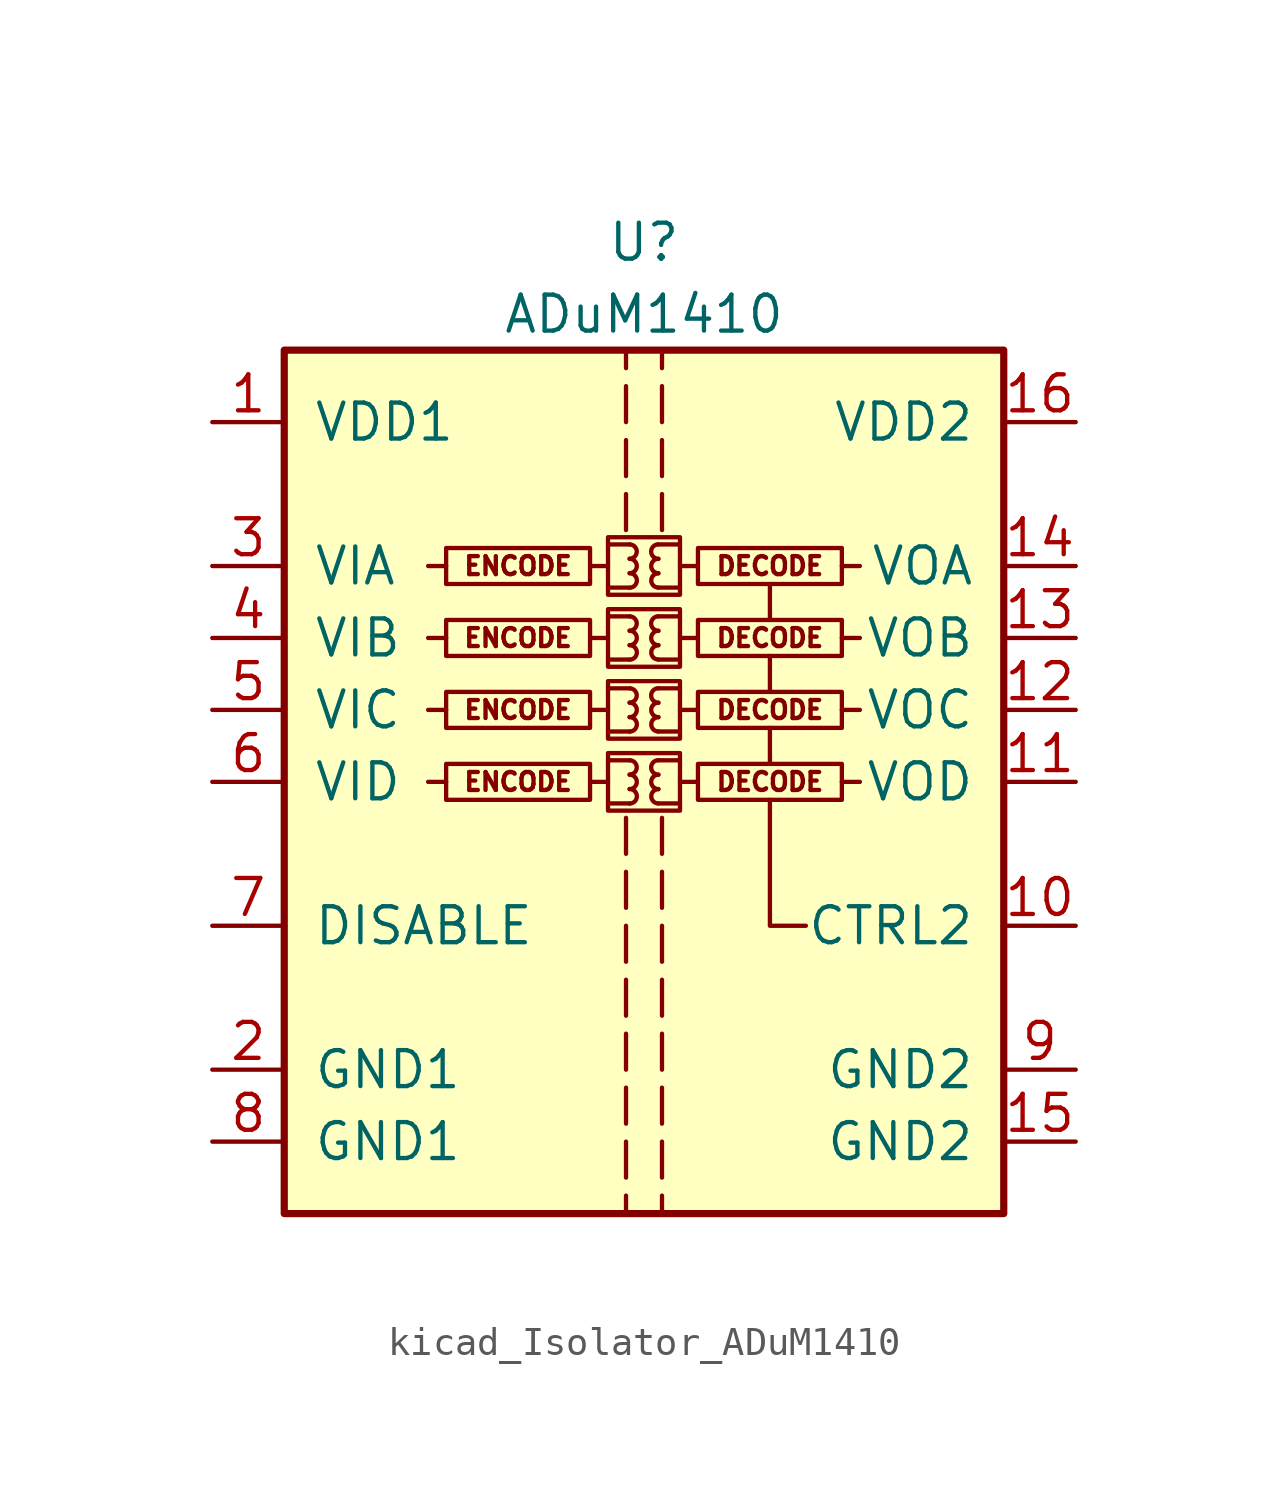
<source format=kicad_sym>
(kicad_symbol_lib
  (version 20220914)
  (generator kicad_symbol_editor)
  (symbol "kicad_Isolator_ADuM1410"
    (pin_names
      (offset 1.016))
    (property "Reference" "U"
      (at 0 19.05 0)
      (effects (font (size 1.27 1.27))))
    (property "Value" "ADuM1410"
      (at 0 16.51 0)
      (effects (font (size 1.27 1.27))))
    (symbol "kicad_Isolator_ADuM1410_0_0"
      (rectangle (start -1.905 0.635) (end -6.985 -0.635) (stroke (width 0) (type default)) (fill (type none)))
      (rectangle (start -1.27 1.016) (end 1.27 -1.016) (stroke (width 0) (type default)) (fill (type none)))
      (rectangle (start -1.27 3.556) (end 1.27 1.524) (stroke (width 0) (type default)) (fill (type none)))
      (rectangle (start -1.27 6.096) (end 1.27 4.064) (stroke (width 0) (type default)) (fill (type none)))
      (rectangle (start -1.27 8.636) (end 1.27 6.604) (stroke (width 0) (type default)) (fill (type none)))
      (arc (start -0.508 -0.762) (mid -0.2551 -0.508) (end -0.508 -0.254) (stroke (width 0) (type default)) (fill (type none)))
      (arc (start -0.508 -0.254) (mid -0.2551 0) (end -0.508 0.254) (stroke (width 0) (type default)) (fill (type none)))
      (arc (start -0.508 0.254) (mid -0.2551 0.508) (end -0.508 0.762) (stroke (width 0) (type default)) (fill (type none)))
      (arc (start -0.508 1.778) (mid -0.2551 2.032) (end -0.508 2.286) (stroke (width 0) (type default)) (fill (type none)))
      (arc (start -0.508 2.286) (mid -0.2551 2.54) (end -0.508 2.794) (stroke (width 0) (type default)) (fill (type none)))
      (arc (start -0.508 2.794) (mid -0.2551 3.048) (end -0.508 3.302) (stroke (width 0) (type default)) (fill (type none)))
      (arc (start -0.508 4.318) (mid -0.2551 4.572) (end -0.508 4.826) (stroke (width 0) (type default)) (fill (type none)))
      (arc (start -0.508 4.826) (mid -0.2551 5.08) (end -0.508 5.334) (stroke (width 0) (type default)) (fill (type none)))
      (arc (start -0.508 5.334) (mid -0.2551 5.588) (end -0.508 5.842) (stroke (width 0) (type default)) (fill (type none)))
      (arc (start -0.508 6.858) (mid -0.2551 7.112) (end -0.508 7.366) (stroke (width 0) (type default)) (fill (type none)))
      (arc (start -0.508 7.366) (mid -0.2551 7.62) (end -0.508 7.874) (stroke (width 0) (type default)) (fill (type none)))
      (arc (start -0.508 7.874) (mid -0.2551 8.128) (end -0.508 8.382) (stroke (width 0) (type default)) (fill (type none)))
      (polyline (pts (xy -6.985 0) (xy -7.62 0)) (stroke (width 0) (type default)) (fill (type none)))
      (polyline (pts (xy -6.985 2.54) (xy -7.62 2.54)) (stroke (width 0) (type default)) (fill (type none)))
      (polyline (pts (xy -6.985 5.08) (xy -7.62 5.08)) (stroke (width 0) (type default)) (fill (type none)))
      (polyline (pts (xy -6.985 7.62) (xy -7.62 7.62)) (stroke (width 0) (type default)) (fill (type none)))
      (polyline (pts (xy -1.905 0) (xy -1.27 0)) (stroke (width 0) (type default)) (fill (type none)))
      (polyline (pts (xy -1.905 2.54) (xy -1.27 2.54)) (stroke (width 0) (type default)) (fill (type none)))
      (polyline (pts (xy -1.905 5.08) (xy -1.27 5.08)) (stroke (width 0) (type default)) (fill (type none)))
      (polyline (pts (xy -1.905 7.62) (xy -1.27 7.62)) (stroke (width 0) (type default)) (fill (type none)))
      (polyline (pts (xy -1.27 -0.762) (xy -0.508 -0.762)) (stroke (width 0) (type default)) (fill (type none)))
      (polyline (pts (xy -1.27 0.762) (xy -0.508 0.762)) (stroke (width 0) (type default)) (fill (type none)))
      (polyline (pts (xy -1.27 1.778) (xy -0.508 1.778)) (stroke (width 0) (type default)) (fill (type none)))
      (polyline (pts (xy -1.27 3.302) (xy -0.508 3.302)) (stroke (width 0) (type default)) (fill (type none)))
      (polyline (pts (xy -1.27 4.318) (xy -0.508 4.318)) (stroke (width 0) (type default)) (fill (type none)))
      (polyline (pts (xy -1.27 5.842) (xy -0.508 5.842)) (stroke (width 0) (type default)) (fill (type none)))
      (polyline (pts (xy -1.27 6.858) (xy -0.508 6.858)) (stroke (width 0) (type default)) (fill (type none)))
      (polyline (pts (xy -1.27 8.382) (xy -0.508 8.382)) (stroke (width 0) (type default)) (fill (type none)))
      (polyline (pts (xy -0.635 -10.795) (xy -0.635 -12.065)) (stroke (width 0) (type default)) (fill (type none)))
      (polyline (pts (xy -0.635 -8.89) (xy -0.635 -10.16)) (stroke (width 0) (type default)) (fill (type none)))
      (polyline (pts (xy -0.635 -6.985) (xy -0.635 -8.255)) (stroke (width 0) (type default)) (fill (type none)))
      (polyline (pts (xy -0.635 -5.08) (xy -0.635 -6.35)) (stroke (width 0) (type default)) (fill (type none)))
      (polyline (pts (xy -0.635 -3.175) (xy -0.635 -4.445)) (stroke (width 0) (type default)) (fill (type none)))
      (polyline (pts (xy -0.635 -1.27) (xy -0.635 -2.54)) (stroke (width 0) (type default)) (fill (type none)))
      (polyline (pts (xy -0.635 8.89) (xy -0.635 10.16)) (stroke (width 0) (type default)) (fill (type none)))
      (polyline (pts (xy -0.635 10.795) (xy -0.635 12.065)) (stroke (width 0) (type default)) (fill (type none)))
      (polyline (pts (xy -0.635 12.7) (xy -0.635 13.97)) (stroke (width 0) (type default)) (fill (type none)))
      (polyline (pts (xy -0.635 15.24) (xy -0.635 14.605)) (stroke (width 0) (type default)) (fill (type none)))
      (polyline (pts (xy 0.635 -10.795) (xy 0.635 -12.065)) (stroke (width 0) (type default)) (fill (type none)))
      (polyline (pts (xy 0.635 -8.89) (xy 0.635 -10.16)) (stroke (width 0) (type default)) (fill (type none)))
      (polyline (pts (xy 0.635 -6.985) (xy 0.635 -8.255)) (stroke (width 0) (type default)) (fill (type none)))
      (polyline (pts (xy 0.635 -5.08) (xy 0.635 -6.35)) (stroke (width 0) (type default)) (fill (type none)))
      (polyline (pts (xy 0.635 -3.175) (xy 0.635 -4.445)) (stroke (width 0) (type default)) (fill (type none)))
      (polyline (pts (xy 0.635 -1.27) (xy 0.635 -2.54)) (stroke (width 0) (type default)) (fill (type none)))
      (polyline (pts (xy 0.635 8.89) (xy 0.635 10.16)) (stroke (width 0) (type default)) (fill (type none)))
      (polyline (pts (xy 0.635 12.065) (xy 0.635 10.795)) (stroke (width 0) (type default)) (fill (type none)))
      (polyline (pts (xy 0.635 13.97) (xy 0.635 12.7)) (stroke (width 0) (type default)) (fill (type none)))
      (polyline (pts (xy 0.635 14.605) (xy 0.635 15.24)) (stroke (width 0) (type default)) (fill (type none)))
      (polyline (pts (xy 1.27 -0.762) (xy 0.508 -0.762)) (stroke (width 0) (type default)) (fill (type none)))
      (polyline (pts (xy 1.27 0.762) (xy 0.508 0.762)) (stroke (width 0) (type default)) (fill (type none)))
      (polyline (pts (xy 1.27 1.778) (xy 0.508 1.778)) (stroke (width 0) (type default)) (fill (type none)))
      (polyline (pts (xy 1.27 3.302) (xy 0.508 3.302)) (stroke (width 0) (type default)) (fill (type none)))
      (polyline (pts (xy 1.27 4.318) (xy 0.508 4.318)) (stroke (width 0) (type default)) (fill (type none)))
      (polyline (pts (xy 1.27 5.842) (xy 0.508 5.842)) (stroke (width 0) (type default)) (fill (type none)))
      (polyline (pts (xy 1.27 6.858) (xy 0.508 6.858)) (stroke (width 0) (type default)) (fill (type none)))
      (polyline (pts (xy 1.27 8.382) (xy 0.508 8.382)) (stroke (width 0) (type default)) (fill (type none)))
      (polyline (pts (xy 1.905 0) (xy 1.27 0)) (stroke (width 0) (type default)) (fill (type none)))
      (polyline (pts (xy 1.905 2.54) (xy 1.27 2.54)) (stroke (width 0) (type default)) (fill (type none)))
      (polyline (pts (xy 1.905 5.08) (xy 1.27 5.08)) (stroke (width 0) (type default)) (fill (type none)))
      (polyline (pts (xy 1.905 7.62) (xy 1.27 7.62)) (stroke (width 0) (type default)) (fill (type none)))
      (polyline (pts (xy 4.445 0.635) (xy 4.445 1.905)) (stroke (width 0) (type default)) (fill (type none)))
      (polyline (pts (xy 4.445 3.175) (xy 4.445 4.445)) (stroke (width 0) (type default)) (fill (type none)))
      (polyline (pts (xy 4.445 5.715) (xy 4.445 6.985)) (stroke (width 0) (type default)) (fill (type none)))
      (polyline (pts (xy 6.985 0) (xy 7.62 0)) (stroke (width 0) (type default)) (fill (type none)))
      (polyline (pts (xy 6.985 2.54) (xy 7.62 2.54)) (stroke (width 0) (type default)) (fill (type none)))
      (polyline (pts (xy 6.985 5.08) (xy 7.62 5.08)) (stroke (width 0) (type default)) (fill (type none)))
      (polyline (pts (xy 6.985 7.62) (xy 7.62 7.62)) (stroke (width 0) (type default)) (fill (type none)))
      (polyline (pts (xy 5.715 -5.08) (xy 4.445 -5.08) (xy 4.445 -0.635)) (stroke (width 0) (type default)) (fill (type none)))
      (arc (start 0.508 -0.254) (mid 0.2551 -0.508) (end 0.508 -0.762) (stroke (width 0) (type default)) (fill (type none)))
      (arc (start 0.508 0.254) (mid 0.2551 0) (end 0.508 -0.254) (stroke (width 0) (type default)) (fill (type none)))
      (arc (start 0.508 0.762) (mid 0.2551 0.508) (end 0.508 0.254) (stroke (width 0) (type default)) (fill (type none)))
      (arc (start 0.508 2.286) (mid 0.2551 2.032) (end 0.508 1.778) (stroke (width 0) (type default)) (fill (type none)))
      (arc (start 0.508 2.794) (mid 0.2551 2.54) (end 0.508 2.286) (stroke (width 0) (type default)) (fill (type none)))
      (arc (start 0.508 3.302) (mid 0.2551 3.048) (end 0.508 2.794) (stroke (width 0) (type default)) (fill (type none)))
      (arc (start 0.508 4.826) (mid 0.2551 4.572) (end 0.508 4.318) (stroke (width 0) (type default)) (fill (type none)))
      (arc (start 0.508 5.334) (mid 0.2551 5.08) (end 0.508 4.826) (stroke (width 0) (type default)) (fill (type none)))
      (arc (start 0.508 5.842) (mid 0.2551 5.588) (end 0.508 5.334) (stroke (width 0) (type default)) (fill (type none)))
      (arc (start 0.508 7.366) (mid 0.2551 7.112) (end 0.508 6.858) (stroke (width 0) (type default)) (fill (type none)))
      (arc (start 0.508 7.874) (mid 0.2551 7.62) (end 0.508 7.366) (stroke (width 0) (type default)) (fill (type none)))
      (arc (start 0.508 8.382) (mid 0.2551 8.128) (end 0.508 7.874) (stroke (width 0) (type default)) (fill (type none)))
      (rectangle (start 1.905 0.635) (end 6.985 -0.635) (stroke (width 0) (type default)) (fill (type none)))
      (rectangle (start 1.905 3.175) (end 6.985 1.905) (stroke (width 0) (type default)) (fill (type none)))
      (rectangle (start 1.905 5.715) (end 6.985 4.445) (stroke (width 0) (type default)) (fill (type none)))
      (rectangle (start 1.905 8.255) (end 6.985 6.985) (stroke (width 0) (type default)) (fill (type none)))
      (text "DECODE" (at 4.445 0 0) (effects (font (size 0.635 0.635))))
      (text "DECODE" (at 4.445 2.54 0) (effects (font (size 0.635 0.635))))
      (text "DECODE" (at 4.445 5.08 0) (effects (font (size 0.635 0.635))))
      (text "DECODE" (at 4.445 7.62 0) (effects (font (size 0.635 0.635))))
      (text "ENCODE" (at -4.445 0 0) (effects (font (size 0.635 0.635))))
      (text "ENCODE" (at -4.445 2.54 0) (effects (font (size 0.635 0.635))))
      (text "ENCODE" (at -4.445 5.08 0) (effects (font (size 0.635 0.635))))
      (text "ENCODE" (at -4.445 7.62 0) (effects (font (size 0.635 0.635)))))
    (symbol "kicad_Isolator_ADuM1410_0_1"
      (rectangle (start -12.7 15.24) (end 12.7 -15.24) (stroke (width 0.254) (type default)) (fill (type background)))
      (rectangle (start -1.905 3.175) (end -6.985 1.905) (stroke (width 0) (type default)) (fill (type none)))
      (rectangle (start -1.905 5.715) (end -6.985 4.445) (stroke (width 0) (type default)) (fill (type none)))
      (rectangle (start -1.905 8.255) (end -6.985 6.985) (stroke (width 0) (type default)) (fill (type none)))
      (polyline (pts (xy -0.635 -14.605) (xy -0.635 -15.24)) (stroke (width 0) (type default)) (fill (type none)))
      (polyline (pts (xy -0.635 -12.7) (xy -0.635 -13.97)) (stroke (width 0) (type default)) (fill (type none)))
      (polyline (pts (xy 0.635 -14.605) (xy 0.635 -15.24)) (stroke (width 0) (type default)) (fill (type none)))
      (polyline (pts (xy 0.635 -12.7) (xy 0.635 -13.97)) (stroke (width 0) (type default)) (fill (type none))))
    (symbol "kicad_Isolator_ADuM1410_1_1"
      (pin power_in line (at -15.24 12.7 0) (length 2.54) (name "VDD1" (effects (font (size 1.27 1.27)))) (number "1" (effects (font (size 1.27 1.27)))))
      (pin input line (at 15.24 -5.08 180) (length 2.54) (name "CTRL2" (effects (font (size 1.27 1.27)))) (number "10" (effects (font (size 1.27 1.27)))))
      (pin output line (at 15.24 0 180) (length 2.54) (name "VOD" (effects (font (size 1.27 1.27)))) (number "11" (effects (font (size 1.27 1.27)))))
      (pin output line (at 15.24 2.54 180) (length 2.54) (name "VOC" (effects (font (size 1.27 1.27)))) (number "12" (effects (font (size 1.27 1.27)))))
      (pin output line (at 15.24 5.08 180) (length 2.54) (name "VOB" (effects (font (size 1.27 1.27)))) (number "13" (effects (font (size 1.27 1.27)))))
      (pin output line (at 15.24 7.62 180) (length 2.54) (name "VOA" (effects (font (size 1.27 1.27)))) (number "14" (effects (font (size 1.27 1.27)))))
      (pin power_in line (at 15.24 -12.7 180) (length 2.54) (name "GND2" (effects (font (size 1.27 1.27)))) (number "15" (effects (font (size 1.27 1.27)))))
      (pin power_in line (at 15.24 12.7 180) (length 2.54) (name "VDD2" (effects (font (size 1.27 1.27)))) (number "16" (effects (font (size 1.27 1.27)))))
      (pin power_in line (at -15.24 -10.16 0) (length 2.54) (name "GND1" (effects (font (size 1.27 1.27)))) (number "2" (effects (font (size 1.27 1.27)))))
      (pin input line (at -15.24 7.62 0) (length 2.54) (name "VIA" (effects (font (size 1.27 1.27)))) (number "3" (effects (font (size 1.27 1.27)))))
      (pin input line (at -15.24 5.08 0) (length 2.54) (name "VIB" (effects (font (size 1.27 1.27)))) (number "4" (effects (font (size 1.27 1.27)))))
      (pin input line (at -15.24 2.54 0) (length 2.54) (name "VIC" (effects (font (size 1.27 1.27)))) (number "5" (effects (font (size 1.27 1.27)))))
      (pin input line (at -15.24 0 0) (length 2.54) (name "VID" (effects (font (size 1.27 1.27)))) (number "6" (effects (font (size 1.27 1.27)))))
      (pin input line (at -15.24 -5.08 0) (length 2.54) (name "DISABLE" (effects (font (size 1.27 1.27)))) (number "7" (effects (font (size 1.27 1.27)))))
      (pin power_in line (at -15.24 -12.7 0) (length 2.54) (name "GND1" (effects (font (size 1.27 1.27)))) (number "8" (effects (font (size 1.27 1.27)))))
      (pin power_in line (at 15.24 -10.16 180) (length 2.54) (name "GND2" (effects (font (size 1.27 1.27)))) (number "9" (effects (font (size 1.27 1.27))))))))
</source>
